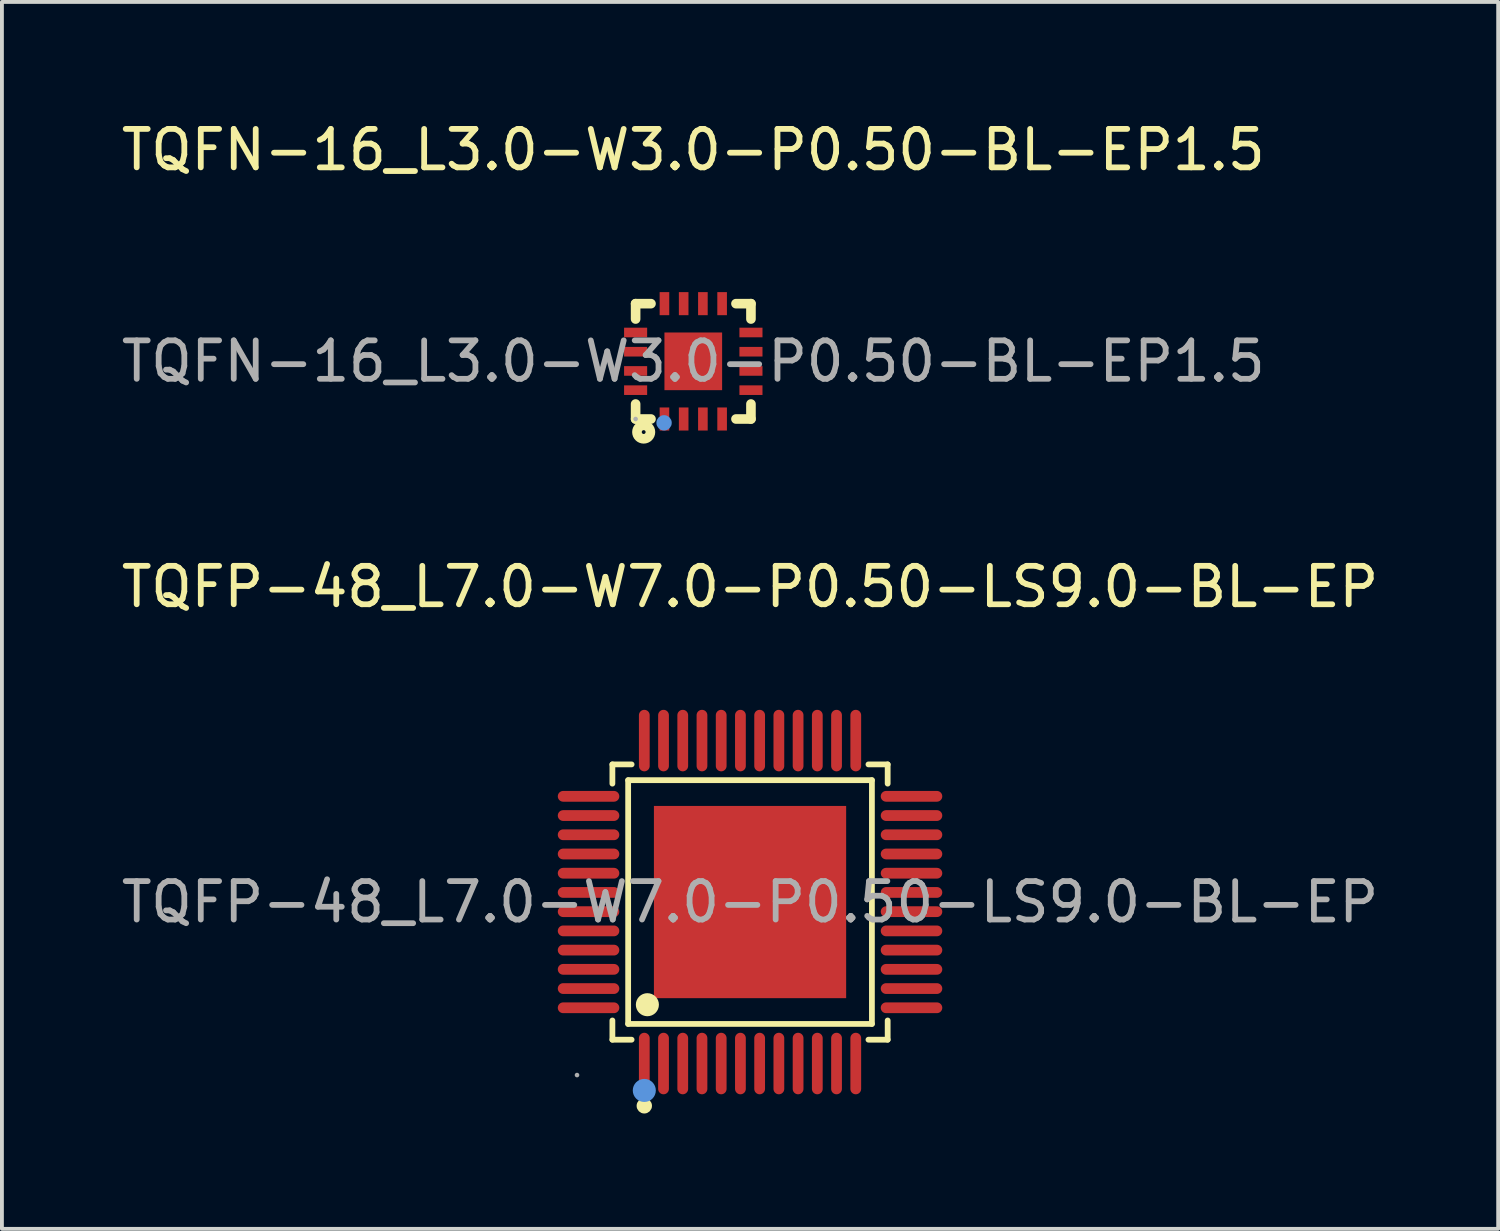
<source format=kicad_pcb>
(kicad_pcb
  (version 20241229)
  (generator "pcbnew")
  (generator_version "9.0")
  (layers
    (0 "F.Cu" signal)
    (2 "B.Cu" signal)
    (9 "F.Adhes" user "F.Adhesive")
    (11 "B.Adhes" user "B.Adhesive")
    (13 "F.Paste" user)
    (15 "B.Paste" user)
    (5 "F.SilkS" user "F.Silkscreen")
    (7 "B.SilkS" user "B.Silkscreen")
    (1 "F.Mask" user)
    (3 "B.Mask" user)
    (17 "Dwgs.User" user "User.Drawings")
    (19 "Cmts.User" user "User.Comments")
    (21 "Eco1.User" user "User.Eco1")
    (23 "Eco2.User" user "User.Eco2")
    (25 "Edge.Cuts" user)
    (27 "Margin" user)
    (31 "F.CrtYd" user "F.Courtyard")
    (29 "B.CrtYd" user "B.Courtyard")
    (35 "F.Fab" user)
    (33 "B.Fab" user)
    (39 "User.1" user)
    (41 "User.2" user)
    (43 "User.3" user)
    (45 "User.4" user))
  (footprint "TQFN-16_L3.0-W3.0-P0.50-BL-EP1.5"
    (layer "F.Cu")
    (at 14.982 6.348)
    (property "Reference" "TQFN-16_L3.0-W3.0-P0.50-BL-EP1.5" (at 0 -5.5 0) (layer "F.SilkS") (effects (font (size 1 1) (thickness 0.15))))
    (attr smd)
    (fp_line (start -1.5 -1.5) (end -1.5 -1.1) (stroke (width 0.25) (type solid)) (layer "F.SilkS"))
    (fp_line (start -1.5 -1.5) (end -1.1 -1.5) (stroke (width 0.25) (type solid)) (layer "F.SilkS"))
    (fp_line (start -1.5 1.11) (end -1.5 1.5) (stroke (width 0.25) (type solid)) (layer "F.SilkS"))
    (fp_line (start -1.5 1.5) (end -1.1 1.5) (stroke (width 0.25) (type solid)) (layer "F.SilkS"))
    (fp_line (start 1.11 -1.5) (end 1.5 -1.5) (stroke (width 0.25) (type solid)) (layer "F.SilkS"))
    (fp_line (start 1.11 1.5) (end 1.5 1.5) (stroke (width 0.25) (type solid)) (layer "F.SilkS"))
    (fp_line (start 1.5 -1.1) (end 1.5 -1.5) (stroke (width 0.25) (type solid)) (layer "F.SilkS"))
    (fp_line (start 1.5 1.5) (end 1.5 1.11) (stroke (width 0.25) (type solid)) (layer "F.SilkS"))
    (fp_circle (center -1.29 1.84) (end -1.24 1.84) (stroke (width 0.25) (type solid)) (fill no) (layer "F.SilkS"))
    (fp_circle (center -0.76 1.6) (end -0.66 1.6) (stroke (width 0.2) (type solid)) (fill no) (layer "Cmts.User"))
    (fp_circle (center -1.5 1.5) (end -1.47 1.5) (stroke (width 0.06) (type solid)) (fill no) (layer "F.Fab"))
    (fp_text user "${REFERENCE}" (at 0 0 0) (layer "F.Fab") (effects (font (size 1 1) (thickness 0.15))))
    (pad "1" smd rect (at -0.75 1.5 180) (size 0.25 0.6) (layers "F.Cu" "F.Mask" "F.Paste"))
    (pad "2" smd rect (at -0.25 1.5 180) (size 0.25 0.6) (layers "F.Cu" "F.Mask" "F.Paste"))
    (pad "3" smd rect (at 0.25 1.5 180) (size 0.25 0.6) (layers "F.Cu" "F.Mask" "F.Paste"))
    (pad "4" smd rect (at 0.75 1.5 180) (size 0.25 0.6) (layers "F.Cu" "F.Mask" "F.Paste"))
    (pad "5" smd rect (at 1.5 0.75 270) (size 0.25 0.6) (layers "F.Cu" "F.Mask" "F.Paste"))
    (pad "6" smd rect (at 1.5 0.25 270) (size 0.25 0.6) (layers "F.Cu" "F.Mask" "F.Paste"))
    (pad "7" smd rect (at 1.5 -0.25 270) (size 0.25 0.6) (layers "F.Cu" "F.Mask" "F.Paste"))
    (pad "8" smd rect (at 1.5 -0.75 270) (size 0.25 0.6) (layers "F.Cu" "F.Mask" "F.Paste"))
    (pad "9" smd rect (at 0.75 -1.5) (size 0.25 0.6) (layers "F.Cu" "F.Mask" "F.Paste"))
    (pad "10" smd rect (at 0.25 -1.5) (size 0.25 0.6) (layers "F.Cu" "F.Mask" "F.Paste"))
    (pad "11" smd rect (at -0.25 -1.5) (size 0.25 0.6) (layers "F.Cu" "F.Mask" "F.Paste"))
    (pad "12" smd rect (at -0.75 -1.5) (size 0.25 0.6) (layers "F.Cu" "F.Mask" "F.Paste"))
    (pad "13" smd rect (at -1.5 -0.75 90) (size 0.25 0.6) (layers "F.Cu" "F.Mask" "F.Paste"))
    (pad "14" smd rect (at -1.5 -0.25 90) (size 0.25 0.6) (layers "F.Cu" "F.Mask" "F.Paste"))
    (pad "15" smd rect (at -1.5 0.25 90) (size 0.25 0.6) (layers "F.Cu" "F.Mask" "F.Paste"))
    (pad "16" smd rect (at -1.5 0.75 90) (size 0.25 0.6) (layers "F.Cu" "F.Mask" "F.Paste"))
    (pad "17" smd rect (at 0 0 90) (size 1.5 1.5) (layers "F.Cu" "F.Mask" "F.Paste")))
  (footprint "TQFP-48_L7.0-W7.0-P0.50-LS9.0-BL-EP"
    (layer "F.Cu")
    (at 16.458 20.412)
    (property "Reference" "TQFP-48_L7.0-W7.0-P0.50-LS9.0-BL-EP" (at 0 -8.2 0) (layer "F.SilkS") (effects (font (size 1 1) (thickness 0.15))))
    (attr smd)
    (fp_line (start -3.58 -3.58) (end -3.08 -3.58) (stroke (width 0.15) (type solid)) (layer "F.SilkS"))
    (fp_line (start -3.58 -3.08) (end -3.58 -3.58) (stroke (width 0.15) (type solid)) (layer "F.SilkS"))
    (fp_line (start -3.58 3.08) (end -3.58 3.58) (stroke (width 0.15) (type solid)) (layer "F.SilkS"))
    (fp_line (start -3.58 3.58) (end -3.08 3.58) (stroke (width 0.15) (type solid)) (layer "F.SilkS"))
    (fp_line (start -3.17 -3.17) (end 3.17 -3.17) (stroke (width 0.15) (type solid)) (layer "F.SilkS"))
    (fp_line (start -3.17 3.17) (end -3.17 -3.17) (stroke (width 0.15) (type solid)) (layer "F.SilkS"))
    (fp_line (start 3.17 -3.17) (end 3.17 3.17) (stroke (width 0.15) (type solid)) (layer "F.SilkS"))
    (fp_line (start 3.17 3.17) (end -3.17 3.17) (stroke (width 0.15) (type solid)) (layer "F.SilkS"))
    (fp_line (start 3.58 -3.58) (end 3.08 -3.58) (stroke (width 0.15) (type solid)) (layer "F.SilkS"))
    (fp_line (start 3.58 -3.08) (end 3.58 -3.58) (stroke (width 0.15) (type solid)) (layer "F.SilkS"))
    (fp_line (start 3.58 3.08) (end 3.58 3.58) (stroke (width 0.15) (type solid)) (layer "F.SilkS"))
    (fp_line (start 3.58 3.58) (end 3.08 3.58) (stroke (width 0.15) (type solid)) (layer "F.SilkS"))
    (fp_circle (center -2.75 5.3) (end -2.65 5.3) (stroke (width 0.2) (type solid)) (fill no) (layer "F.SilkS"))
    (fp_circle (center -2.67 2.67) (end -2.52 2.67) (stroke (width 0.3) (type solid)) (fill no) (layer "F.SilkS"))
    (fp_circle (center -2.75 4.9) (end -2.6 4.9) (stroke (width 0.3) (type solid)) (fill no) (layer "Cmts.User"))
    (fp_circle (center -4.5 4.5) (end -4.47 4.5) (stroke (width 0.06) (type solid)) (fill no) (layer "F.Fab"))
    (fp_text user "${REFERENCE}" (at 0 0 0) (layer "F.Fab") (effects (font (size 1 1) (thickness 0.15))))
    (pad "1" smd oval (at -2.75 4.2) (size 0.28 1.6) (layers "F.Cu" "F.Mask" "F.Paste"))
    (pad "2" smd oval (at -2.25 4.2) (size 0.28 1.6) (layers "F.Cu" "F.Mask" "F.Paste"))
    (pad "3" smd oval (at -1.75 4.2) (size 0.28 1.6) (layers "F.Cu" "F.Mask" "F.Paste"))
    (pad "4" smd oval (at -1.25 4.2) (size 0.28 1.6) (layers "F.Cu" "F.Mask" "F.Paste"))
    (pad "5" smd oval (at -0.75 4.2) (size 0.28 1.6) (layers "F.Cu" "F.Mask" "F.Paste"))
    (pad "6" smd oval (at -0.25 4.2) (size 0.28 1.6) (layers "F.Cu" "F.Mask" "F.Paste"))
    (pad "7" smd oval (at 0.25 4.2) (size 0.28 1.6) (layers "F.Cu" "F.Mask" "F.Paste"))
    (pad "8" smd oval (at 0.75 4.2) (size 0.28 1.6) (layers "F.Cu" "F.Mask" "F.Paste"))
    (pad "9" smd oval (at 1.25 4.2) (size 0.28 1.6) (layers "F.Cu" "F.Mask" "F.Paste"))
    (pad "10" smd oval (at 1.75 4.2) (size 0.28 1.6) (layers "F.Cu" "F.Mask" "F.Paste"))
    (pad "11" smd oval (at 2.25 4.2) (size 0.28 1.6) (layers "F.Cu" "F.Mask" "F.Paste"))
    (pad "12" smd oval (at 2.75 4.2) (size 0.28 1.6) (layers "F.Cu" "F.Mask" "F.Paste"))
    (pad "13" smd oval (at 4.2 2.75) (size 1.6 0.28) (layers "F.Cu" "F.Mask" "F.Paste"))
    (pad "14" smd oval (at 4.2 2.25) (size 1.6 0.28) (layers "F.Cu" "F.Mask" "F.Paste"))
    (pad "15" smd oval (at 4.2 1.75) (size 1.6 0.28) (layers "F.Cu" "F.Mask" "F.Paste"))
    (pad "16" smd oval (at 4.2 1.25) (size 1.6 0.28) (layers "F.Cu" "F.Mask" "F.Paste"))
    (pad "17" smd oval (at 4.2 0.75) (size 1.6 0.28) (layers "F.Cu" "F.Mask" "F.Paste"))
    (pad "18" smd oval (at 4.2 0.25) (size 1.6 0.28) (layers "F.Cu" "F.Mask" "F.Paste"))
    (pad "19" smd oval (at 4.2 -0.25) (size 1.6 0.28) (layers "F.Cu" "F.Mask" "F.Paste"))
    (pad "20" smd oval (at 4.2 -0.75) (size 1.6 0.28) (layers "F.Cu" "F.Mask" "F.Paste"))
    (pad "21" smd oval (at 4.2 -1.25) (size 1.6 0.28) (layers "F.Cu" "F.Mask" "F.Paste"))
    (pad "22" smd oval (at 4.2 -1.75) (size 1.6 0.28) (layers "F.Cu" "F.Mask" "F.Paste"))
    (pad "23" smd oval (at 4.2 -2.25) (size 1.6 0.28) (layers "F.Cu" "F.Mask" "F.Paste"))
    (pad "24" smd oval (at 4.2 -2.75) (size 1.6 0.28) (layers "F.Cu" "F.Mask" "F.Paste"))
    (pad "25" smd oval (at 2.75 -4.2) (size 0.28 1.6) (layers "F.Cu" "F.Mask" "F.Paste"))
    (pad "26" smd oval (at 2.25 -4.2) (size 0.28 1.6) (layers "F.Cu" "F.Mask" "F.Paste"))
    (pad "27" smd oval (at 1.75 -4.2) (size 0.28 1.6) (layers "F.Cu" "F.Mask" "F.Paste"))
    (pad "28" smd oval (at 1.25 -4.2) (size 0.28 1.6) (layers "F.Cu" "F.Mask" "F.Paste"))
    (pad "29" smd oval (at 0.75 -4.2) (size 0.28 1.6) (layers "F.Cu" "F.Mask" "F.Paste"))
    (pad "30" smd oval (at 0.25 -4.2) (size 0.28 1.6) (layers "F.Cu" "F.Mask" "F.Paste"))
    (pad "31" smd oval (at -0.25 -4.2) (size 0.28 1.6) (layers "F.Cu" "F.Mask" "F.Paste"))
    (pad "32" smd oval (at -0.75 -4.2) (size 0.28 1.6) (layers "F.Cu" "F.Mask" "F.Paste"))
    (pad "33" smd oval (at -1.25 -4.2) (size 0.28 1.6) (layers "F.Cu" "F.Mask" "F.Paste"))
    (pad "34" smd oval (at -1.75 -4.2) (size 0.28 1.6) (layers "F.Cu" "F.Mask" "F.Paste"))
    (pad "35" smd oval (at -2.25 -4.2) (size 0.28 1.6) (layers "F.Cu" "F.Mask" "F.Paste"))
    (pad "36" smd oval (at -2.75 -4.2) (size 0.28 1.6) (layers "F.Cu" "F.Mask" "F.Paste"))
    (pad "37" smd oval (at -4.2 -2.75) (size 1.6 0.28) (layers "F.Cu" "F.Mask" "F.Paste"))
    (pad "38" smd oval (at -4.2 -2.25) (size 1.6 0.28) (layers "F.Cu" "F.Mask" "F.Paste"))
    (pad "39" smd oval (at -4.2 -1.75) (size 1.6 0.28) (layers "F.Cu" "F.Mask" "F.Paste"))
    (pad "40" smd oval (at -4.2 -1.25) (size 1.6 0.28) (layers "F.Cu" "F.Mask" "F.Paste"))
    (pad "41" smd oval (at -4.2 -0.75) (size 1.6 0.28) (layers "F.Cu" "F.Mask" "F.Paste"))
    (pad "42" smd oval (at -4.2 -0.25) (size 1.6 0.28) (layers "F.Cu" "F.Mask" "F.Paste"))
    (pad "43" smd oval (at -4.2 0.25) (size 1.6 0.28) (layers "F.Cu" "F.Mask" "F.Paste"))
    (pad "44" smd oval (at -4.2 0.75) (size 1.6 0.28) (layers "F.Cu" "F.Mask" "F.Paste"))
    (pad "45" smd oval (at -4.2 1.25) (size 1.6 0.28) (layers "F.Cu" "F.Mask" "F.Paste"))
    (pad "46" smd oval (at -4.2 1.75) (size 1.6 0.28) (layers "F.Cu" "F.Mask" "F.Paste"))
    (pad "47" smd oval (at -4.2 2.25) (size 1.6 0.28) (layers "F.Cu" "F.Mask" "F.Paste"))
    (pad "48" smd oval (at -4.2 2.75) (size 1.6 0.28) (layers "F.Cu" "F.Mask" "F.Paste"))
    (pad "49" smd rect (at 0 0) (size 5 5) (layers "F.Cu" "F.Mask" "F.Paste")))
  (gr_rect
    (start -3 -3)
    (end 35.917 28.912)
    (stroke (width 0.1) (type default))
    (fill no)
    (layer "Edge.Cuts")))
</source>
